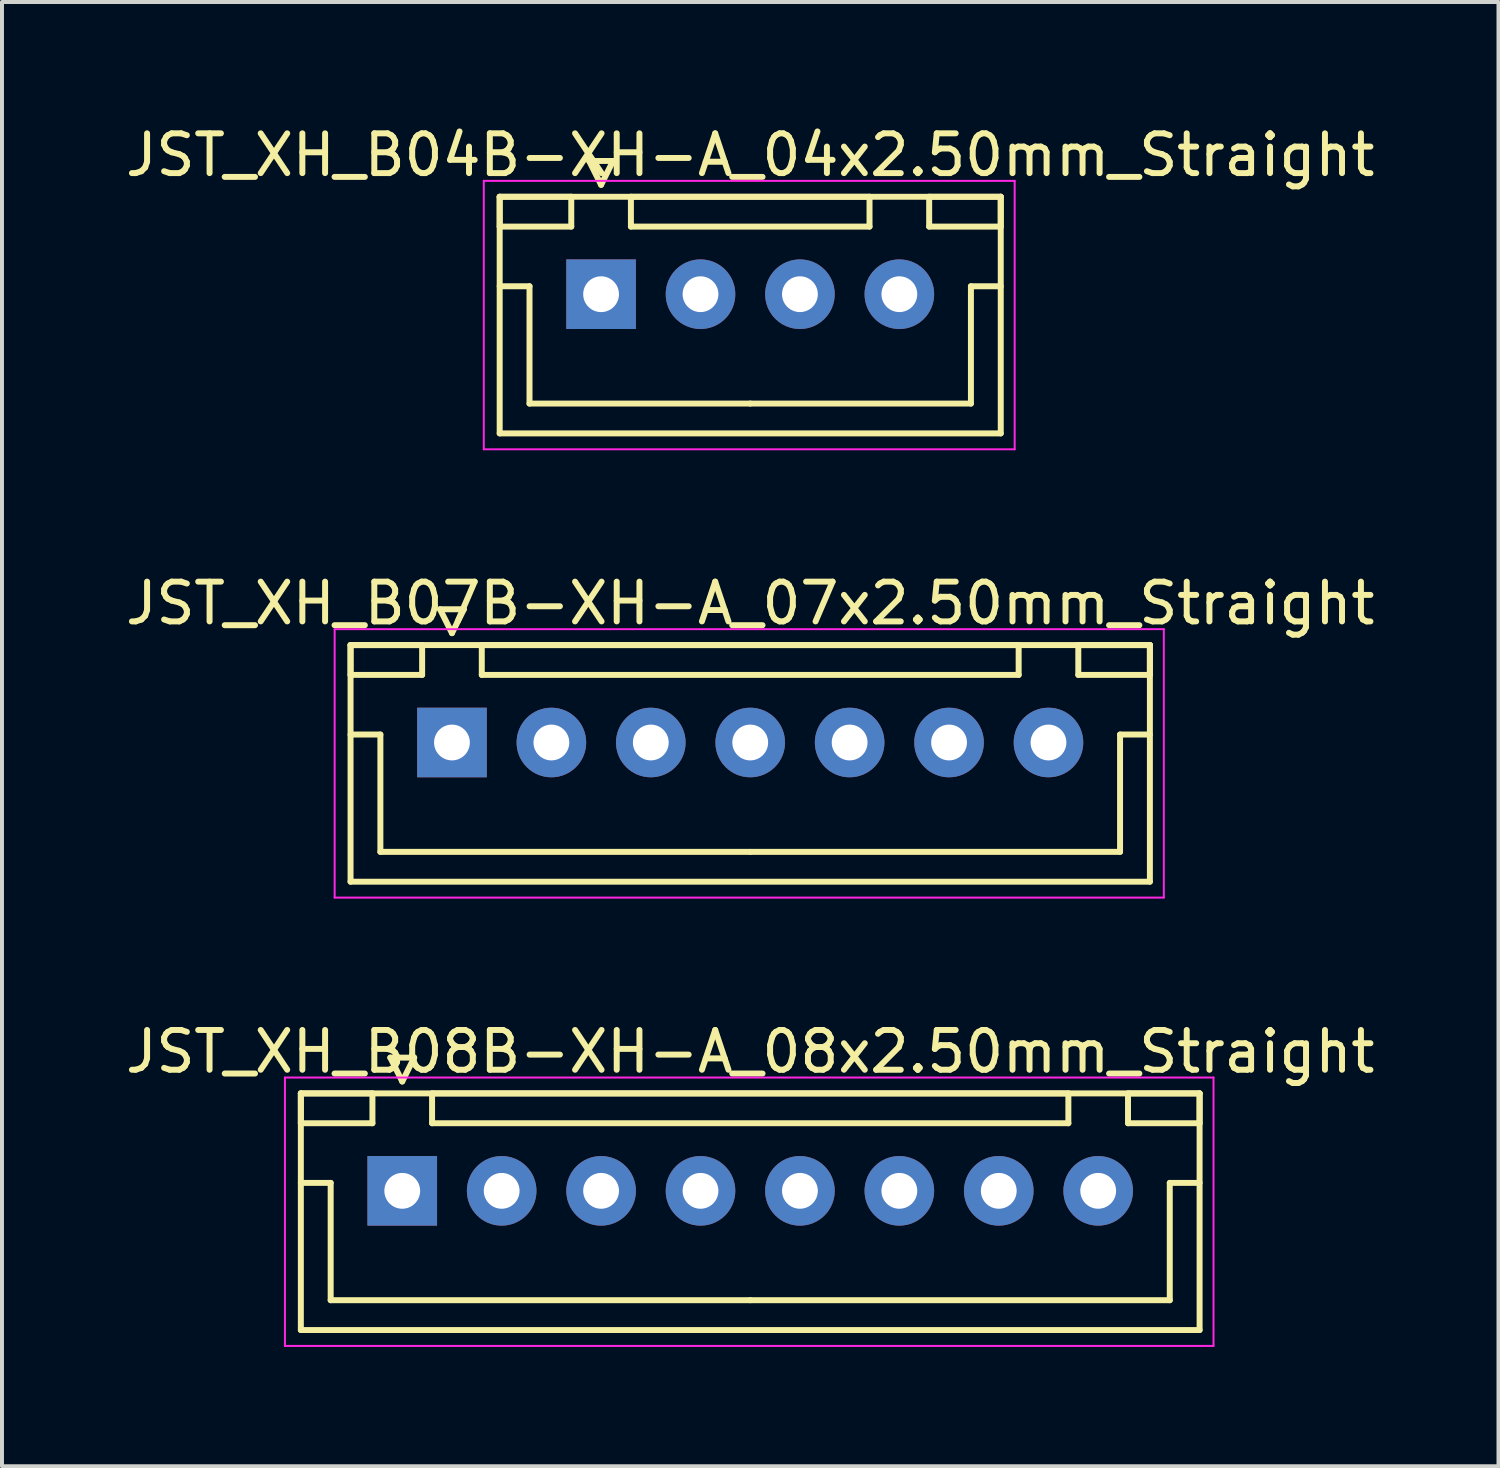
<source format=kicad_pcb>
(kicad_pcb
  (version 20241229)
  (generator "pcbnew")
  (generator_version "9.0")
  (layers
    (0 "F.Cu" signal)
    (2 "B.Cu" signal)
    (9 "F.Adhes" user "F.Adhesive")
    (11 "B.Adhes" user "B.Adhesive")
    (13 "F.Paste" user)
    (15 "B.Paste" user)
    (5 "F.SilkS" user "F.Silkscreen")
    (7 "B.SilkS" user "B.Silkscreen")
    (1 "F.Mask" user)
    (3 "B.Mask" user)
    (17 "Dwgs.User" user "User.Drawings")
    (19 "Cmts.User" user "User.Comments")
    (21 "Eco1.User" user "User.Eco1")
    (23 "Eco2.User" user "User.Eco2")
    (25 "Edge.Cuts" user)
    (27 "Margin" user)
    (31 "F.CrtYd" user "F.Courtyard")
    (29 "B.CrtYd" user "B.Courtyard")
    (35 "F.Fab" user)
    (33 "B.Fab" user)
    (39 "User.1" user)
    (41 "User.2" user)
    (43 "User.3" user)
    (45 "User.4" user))
  (footprint "JST_XH_B07B-XH-A_07x2.50mm_Straight"
    (layer "F.Cu")
    (at 8.315 15.621)
    (property "Reference" "JST_XH_B07B-XH-A_07x2.50mm_Straight" (at 7.5 -3.5 0) (layer "F.SilkS") (effects (font (size 1 1) (thickness 0.15))))
    (attr through_hole)
    (fp_line (start -2.55 -2.45) (end -2.55 -1.7) (stroke (width 0.15) (type solid)) (layer "F.SilkS"))
    (fp_line (start -2.55 -2.45) (end -2.55 3.5) (stroke (width 0.15) (type solid)) (layer "F.SilkS"))
    (fp_line (start -2.55 -1.7) (end -0.75 -1.7) (stroke (width 0.15) (type solid)) (layer "F.SilkS"))
    (fp_line (start -2.55 -0.2) (end -1.8 -0.2) (stroke (width 0.15) (type solid)) (layer "F.SilkS"))
    (fp_line (start -2.55 3.5) (end 17.55 3.5) (stroke (width 0.15) (type solid)) (layer "F.SilkS"))
    (fp_line (start -1.8 -0.2) (end -1.8 2.75) (stroke (width 0.15) (type solid)) (layer "F.SilkS"))
    (fp_line (start -1.8 2.75) (end 7.5 2.75) (stroke (width 0.15) (type solid)) (layer "F.SilkS"))
    (fp_line (start -0.75 -2.45) (end -2.55 -2.45) (stroke (width 0.15) (type solid)) (layer "F.SilkS"))
    (fp_line (start -0.75 -1.7) (end -0.75 -2.45) (stroke (width 0.15) (type solid)) (layer "F.SilkS"))
    (fp_line (start -0.3 -3.35) (end 0.3 -3.35) (stroke (width 0.15) (type solid)) (layer "F.SilkS"))
    (fp_line (start 0 -2.75) (end -0.3 -3.35) (stroke (width 0.15) (type solid)) (layer "F.SilkS"))
    (fp_line (start 0.3 -3.35) (end 0 -2.75) (stroke (width 0.15) (type solid)) (layer "F.SilkS"))
    (fp_line (start 0.75 -2.45) (end 0.75 -1.7) (stroke (width 0.15) (type solid)) (layer "F.SilkS"))
    (fp_line (start 0.75 -1.7) (end 14.25 -1.7) (stroke (width 0.15) (type solid)) (layer "F.SilkS"))
    (fp_line (start 14.25 -2.45) (end 0.75 -2.45) (stroke (width 0.15) (type solid)) (layer "F.SilkS"))
    (fp_line (start 14.25 -1.7) (end 14.25 -2.45) (stroke (width 0.15) (type solid)) (layer "F.SilkS"))
    (fp_line (start 15.75 -2.45) (end 15.75 -1.7) (stroke (width 0.15) (type solid)) (layer "F.SilkS"))
    (fp_line (start 15.75 -1.7) (end 17.55 -1.7) (stroke (width 0.15) (type solid)) (layer "F.SilkS"))
    (fp_line (start 16.8 -0.2) (end 16.8 2.75) (stroke (width 0.15) (type solid)) (layer "F.SilkS"))
    (fp_line (start 16.8 2.75) (end 7.5 2.75) (stroke (width 0.15) (type solid)) (layer "F.SilkS"))
    (fp_line (start 17.55 -2.45) (end -2.55 -2.45) (stroke (width 0.15) (type solid)) (layer "F.SilkS"))
    (fp_line (start 17.55 -2.45) (end 15.75 -2.45) (stroke (width 0.15) (type solid)) (layer "F.SilkS"))
    (fp_line (start 17.55 -1.7) (end 17.55 -2.45) (stroke (width 0.15) (type solid)) (layer "F.SilkS"))
    (fp_line (start 17.55 -0.2) (end 16.8 -0.2) (stroke (width 0.15) (type solid)) (layer "F.SilkS"))
    (fp_line (start 17.55 3.5) (end 17.55 -2.45) (stroke (width 0.15) (type solid)) (layer "F.SilkS"))
    (fp_line (start -2.95 -2.85) (end -2.95 3.9) (stroke (width 0.05) (type solid)) (layer "F.CrtYd"))
    (fp_line (start -2.95 3.9) (end 17.9 3.9) (stroke (width 0.05) (type solid)) (layer "F.CrtYd"))
    (fp_line (start 17.9 -2.85) (end -2.95 -2.85) (stroke (width 0.05) (type solid)) (layer "F.CrtYd"))
    (fp_line (start 17.9 3.9) (end 17.9 -2.85) (stroke (width 0.05) (type solid)) (layer "F.CrtYd"))
    (pad "1" thru_hole rect (at 0 0) (size 1.75 1.75) (drill 0.9) (layers "*.Cu" "*.Mask"))
    (pad "2" thru_hole circle (at 2.5 0) (size 1.75 1.75) (drill 0.9) (layers "*.Cu" "*.Mask"))
    (pad "3" thru_hole circle (at 5 0) (size 1.75 1.75) (drill 0.9) (layers "*.Cu" "*.Mask"))
    (pad "4" thru_hole circle (at 7.5 0) (size 1.75 1.75) (drill 0.9) (layers "*.Cu" "*.Mask"))
    (pad "5" thru_hole circle (at 10 0) (size 1.75 1.75) (drill 0.9) (layers "*.Cu" "*.Mask"))
    (pad "6" thru_hole circle (at 12.5 0) (size 1.75 1.75) (drill 0.9) (layers "*.Cu" "*.Mask"))
    (pad "7" thru_hole circle (at 15 0) (size 1.75 1.75) (drill 0.9) (layers "*.Cu" "*.Mask")))
  (footprint "JST_XH_B08B-XH-A_08x2.50mm_Straight"
    (layer "F.Cu")
    (at 7.065 26.895)
    (property "Reference" "JST_XH_B08B-XH-A_08x2.50mm_Straight" (at 8.75 -3.5 0) (layer "F.SilkS") (effects (font (size 1 1) (thickness 0.15))))
    (attr through_hole)
    (fp_line (start -2.55 -2.45) (end -2.55 -1.7) (stroke (width 0.15) (type solid)) (layer "F.SilkS"))
    (fp_line (start -2.55 -2.45) (end -2.55 3.5) (stroke (width 0.15) (type solid)) (layer "F.SilkS"))
    (fp_line (start -2.55 -1.7) (end -0.75 -1.7) (stroke (width 0.15) (type solid)) (layer "F.SilkS"))
    (fp_line (start -2.55 -0.2) (end -1.8 -0.2) (stroke (width 0.15) (type solid)) (layer "F.SilkS"))
    (fp_line (start -2.55 3.5) (end 20.05 3.5) (stroke (width 0.15) (type solid)) (layer "F.SilkS"))
    (fp_line (start -1.8 -0.2) (end -1.8 2.75) (stroke (width 0.15) (type solid)) (layer "F.SilkS"))
    (fp_line (start -1.8 2.75) (end 8.75 2.75) (stroke (width 0.15) (type solid)) (layer "F.SilkS"))
    (fp_line (start -0.75 -2.45) (end -2.55 -2.45) (stroke (width 0.15) (type solid)) (layer "F.SilkS"))
    (fp_line (start -0.75 -1.7) (end -0.75 -2.45) (stroke (width 0.15) (type solid)) (layer "F.SilkS"))
    (fp_line (start -0.3 -3.35) (end 0.3 -3.35) (stroke (width 0.15) (type solid)) (layer "F.SilkS"))
    (fp_line (start 0 -2.75) (end -0.3 -3.35) (stroke (width 0.15) (type solid)) (layer "F.SilkS"))
    (fp_line (start 0.3 -3.35) (end 0 -2.75) (stroke (width 0.15) (type solid)) (layer "F.SilkS"))
    (fp_line (start 0.75 -2.45) (end 0.75 -1.7) (stroke (width 0.15) (type solid)) (layer "F.SilkS"))
    (fp_line (start 0.75 -1.7) (end 16.75 -1.7) (stroke (width 0.15) (type solid)) (layer "F.SilkS"))
    (fp_line (start 16.75 -2.45) (end 0.75 -2.45) (stroke (width 0.15) (type solid)) (layer "F.SilkS"))
    (fp_line (start 16.75 -1.7) (end 16.75 -2.45) (stroke (width 0.15) (type solid)) (layer "F.SilkS"))
    (fp_line (start 18.25 -2.45) (end 18.25 -1.7) (stroke (width 0.15) (type solid)) (layer "F.SilkS"))
    (fp_line (start 18.25 -1.7) (end 20.05 -1.7) (stroke (width 0.15) (type solid)) (layer "F.SilkS"))
    (fp_line (start 19.3 -0.2) (end 19.3 2.75) (stroke (width 0.15) (type solid)) (layer "F.SilkS"))
    (fp_line (start 19.3 2.75) (end 8.75 2.75) (stroke (width 0.15) (type solid)) (layer "F.SilkS"))
    (fp_line (start 20.05 -2.45) (end -2.55 -2.45) (stroke (width 0.15) (type solid)) (layer "F.SilkS"))
    (fp_line (start 20.05 -2.45) (end 18.25 -2.45) (stroke (width 0.15) (type solid)) (layer "F.SilkS"))
    (fp_line (start 20.05 -1.7) (end 20.05 -2.45) (stroke (width 0.15) (type solid)) (layer "F.SilkS"))
    (fp_line (start 20.05 -0.2) (end 19.3 -0.2) (stroke (width 0.15) (type solid)) (layer "F.SilkS"))
    (fp_line (start 20.05 3.5) (end 20.05 -2.45) (stroke (width 0.15) (type solid)) (layer "F.SilkS"))
    (fp_line (start -2.95 -2.85) (end -2.95 3.9) (stroke (width 0.05) (type solid)) (layer "F.CrtYd"))
    (fp_line (start -2.95 3.9) (end 20.4 3.9) (stroke (width 0.05) (type solid)) (layer "F.CrtYd"))
    (fp_line (start 20.4 -2.85) (end -2.95 -2.85) (stroke (width 0.05) (type solid)) (layer "F.CrtYd"))
    (fp_line (start 20.4 3.9) (end 20.4 -2.85) (stroke (width 0.05) (type solid)) (layer "F.CrtYd"))
    (pad "1" thru_hole rect (at 0 0) (size 1.75 1.75) (drill 0.9) (layers "*.Cu" "*.Mask"))
    (pad "2" thru_hole circle (at 2.5 0) (size 1.75 1.75) (drill 0.9) (layers "*.Cu" "*.Mask"))
    (pad "3" thru_hole circle (at 5 0) (size 1.75 1.75) (drill 0.9) (layers "*.Cu" "*.Mask"))
    (pad "4" thru_hole circle (at 7.5 0) (size 1.75 1.75) (drill 0.9) (layers "*.Cu" "*.Mask"))
    (pad "5" thru_hole circle (at 10 0) (size 1.75 1.75) (drill 0.9) (layers "*.Cu" "*.Mask"))
    (pad "6" thru_hole circle (at 12.5 0) (size 1.75 1.75) (drill 0.9) (layers "*.Cu" "*.Mask"))
    (pad "7" thru_hole circle (at 15 0) (size 1.75 1.75) (drill 0.9) (layers "*.Cu" "*.Mask"))
    (pad "8" thru_hole circle (at 17.5 0) (size 1.75 1.75) (drill 0.9) (layers "*.Cu" "*.Mask")))
  (footprint "JST_XH_B04B-XH-A_04x2.50mm_Straight"
    (layer "F.Cu")
    (at 12.065 4.348)
    (property "Reference" "JST_XH_B04B-XH-A_04x2.50mm_Straight" (at 3.75 -3.5 0) (layer "F.SilkS") (effects (font (size 1 1) (thickness 0.15))))
    (attr through_hole)
    (fp_line (start -2.55 -2.45) (end -2.55 -1.7) (stroke (width 0.15) (type solid)) (layer "F.SilkS"))
    (fp_line (start -2.55 -2.45) (end -2.55 3.5) (stroke (width 0.15) (type solid)) (layer "F.SilkS"))
    (fp_line (start -2.55 -1.7) (end -0.75 -1.7) (stroke (width 0.15) (type solid)) (layer "F.SilkS"))
    (fp_line (start -2.55 -0.2) (end -1.8 -0.2) (stroke (width 0.15) (type solid)) (layer "F.SilkS"))
    (fp_line (start -2.55 3.5) (end 10.05 3.5) (stroke (width 0.15) (type solid)) (layer "F.SilkS"))
    (fp_line (start -1.8 -0.2) (end -1.8 2.75) (stroke (width 0.15) (type solid)) (layer "F.SilkS"))
    (fp_line (start -1.8 2.75) (end 3.75 2.75) (stroke (width 0.15) (type solid)) (layer "F.SilkS"))
    (fp_line (start -0.75 -2.45) (end -2.55 -2.45) (stroke (width 0.15) (type solid)) (layer "F.SilkS"))
    (fp_line (start -0.75 -1.7) (end -0.75 -2.45) (stroke (width 0.15) (type solid)) (layer "F.SilkS"))
    (fp_line (start -0.3 -3.35) (end 0.3 -3.35) (stroke (width 0.15) (type solid)) (layer "F.SilkS"))
    (fp_line (start 0 -2.75) (end -0.3 -3.35) (stroke (width 0.15) (type solid)) (layer "F.SilkS"))
    (fp_line (start 0.3 -3.35) (end 0 -2.75) (stroke (width 0.15) (type solid)) (layer "F.SilkS"))
    (fp_line (start 0.75 -2.45) (end 0.75 -1.7) (stroke (width 0.15) (type solid)) (layer "F.SilkS"))
    (fp_line (start 0.75 -1.7) (end 6.75 -1.7) (stroke (width 0.15) (type solid)) (layer "F.SilkS"))
    (fp_line (start 6.75 -2.45) (end 0.75 -2.45) (stroke (width 0.15) (type solid)) (layer "F.SilkS"))
    (fp_line (start 6.75 -1.7) (end 6.75 -2.45) (stroke (width 0.15) (type solid)) (layer "F.SilkS"))
    (fp_line (start 8.25 -2.45) (end 8.25 -1.7) (stroke (width 0.15) (type solid)) (layer "F.SilkS"))
    (fp_line (start 8.25 -1.7) (end 10.05 -1.7) (stroke (width 0.15) (type solid)) (layer "F.SilkS"))
    (fp_line (start 9.3 -0.2) (end 9.3 2.75) (stroke (width 0.15) (type solid)) (layer "F.SilkS"))
    (fp_line (start 9.3 2.75) (end 3.75 2.75) (stroke (width 0.15) (type solid)) (layer "F.SilkS"))
    (fp_line (start 10.05 -2.45) (end -2.55 -2.45) (stroke (width 0.15) (type solid)) (layer "F.SilkS"))
    (fp_line (start 10.05 -2.45) (end 8.25 -2.45) (stroke (width 0.15) (type solid)) (layer "F.SilkS"))
    (fp_line (start 10.05 -1.7) (end 10.05 -2.45) (stroke (width 0.15) (type solid)) (layer "F.SilkS"))
    (fp_line (start 10.05 -0.2) (end 9.3 -0.2) (stroke (width 0.15) (type solid)) (layer "F.SilkS"))
    (fp_line (start 10.05 3.5) (end 10.05 -2.45) (stroke (width 0.15) (type solid)) (layer "F.SilkS"))
    (fp_line (start -2.95 -2.85) (end -2.95 3.9) (stroke (width 0.05) (type solid)) (layer "F.CrtYd"))
    (fp_line (start -2.95 3.9) (end 10.4 3.9) (stroke (width 0.05) (type solid)) (layer "F.CrtYd"))
    (fp_line (start 10.4 -2.85) (end -2.95 -2.85) (stroke (width 0.05) (type solid)) (layer "F.CrtYd"))
    (fp_line (start 10.4 3.9) (end 10.4 -2.85) (stroke (width 0.05) (type solid)) (layer "F.CrtYd"))
    (pad "1" thru_hole rect (at 0 0) (size 1.75 1.75) (drill 0.9) (layers "*.Cu" "*.Mask"))
    (pad "2" thru_hole circle (at 2.5 0) (size 1.75 1.75) (drill 0.9) (layers "*.Cu" "*.Mask"))
    (pad "3" thru_hole circle (at 5 0) (size 1.75 1.75) (drill 0.9) (layers "*.Cu" "*.Mask"))
    (pad "4" thru_hole circle (at 7.5 0) (size 1.75 1.75) (drill 0.9) (layers "*.Cu" "*.Mask")))
  (gr_rect
    (start -3 -3)
    (end 34.631 33.82)
    (stroke (width 0.1) (type default))
    (fill no)
    (layer "Edge.Cuts")))
</source>
